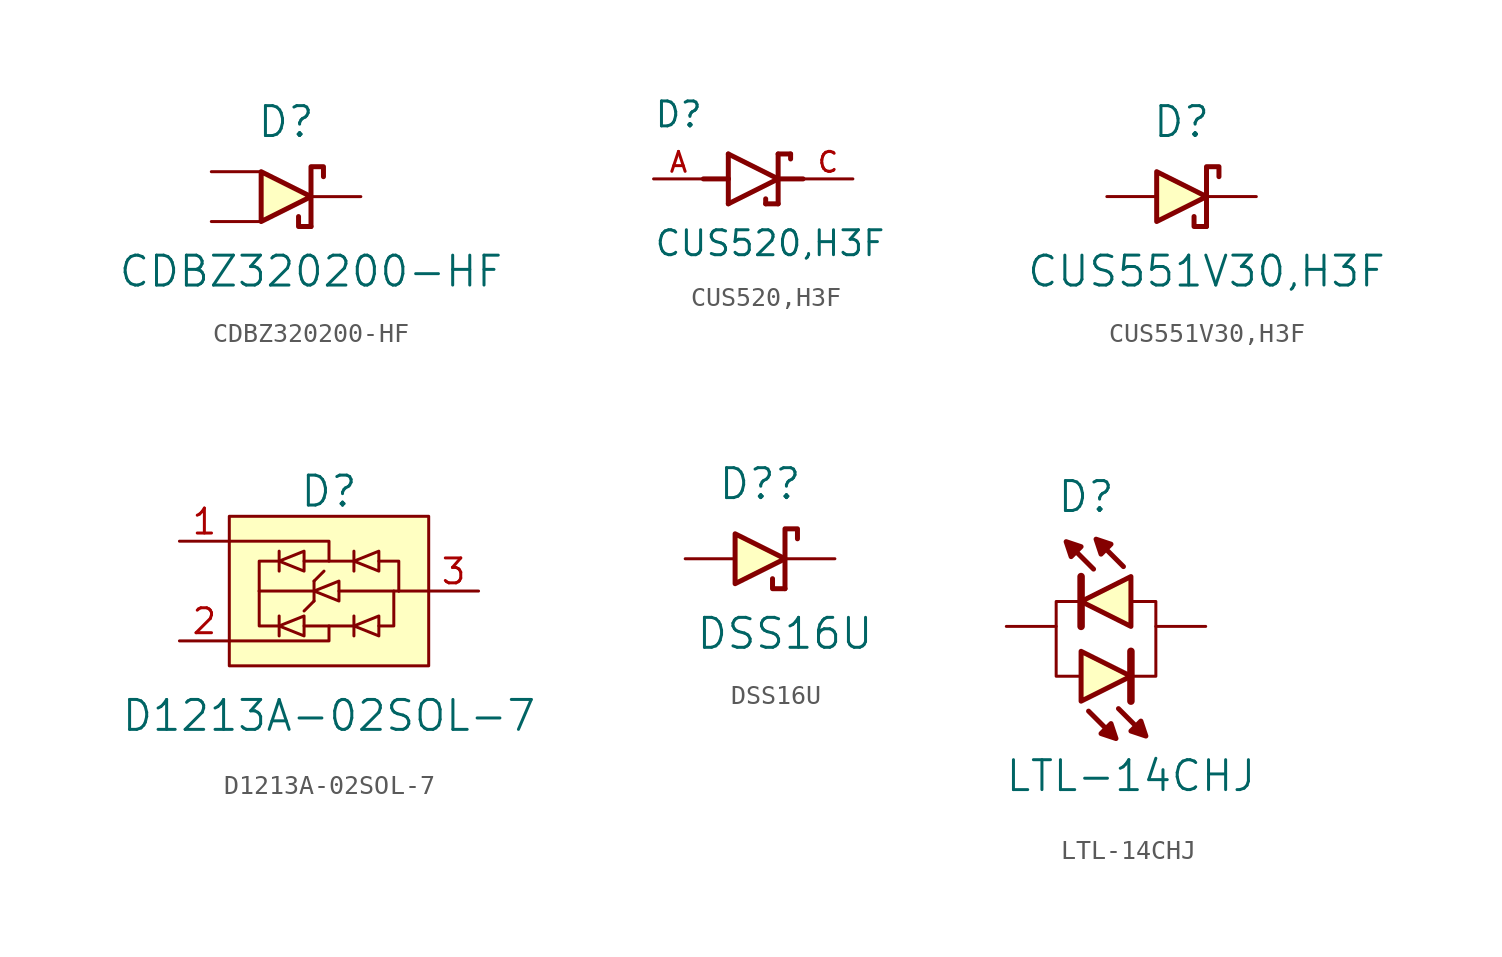
<source format=kicad_sym>
(kicad_symbol_lib
  (version 20241209)
  (generator "kicad_symbol_editor")
  (generator_version "9.0")
  (symbol "CDBZ320200-HF"
    (pin_numbers
      (hide yes))
    (pin_names
      (offset 0)
      (hide yes))
    (property "Reference" "D"
      (at -1.27 3.81 0)
      (effects (font (size 1.524 1.524))))
    (property "Value" "CDBZ320200-HF"
      (at 0 -3.81 0)
      (effects (font (size 1.524 1.524))))
    (symbol "CDBZ320200-HF_0_1"
      (polyline (pts (xy -2.54 1.27) (xy -2.54 -1.27) (xy 0 0) (xy -2.54 1.27)) (stroke (width 0.254) (type default)) (fill (type background)))
      (polyline (pts (xy 0 -1.524) (xy -0.635 -1.524) (xy -0.635 -1.016)) (stroke (width 0.254) (type default)) (fill (type none)))
      (polyline (pts (xy 0 -1.524) (xy 0 1.524) (xy 0.635 1.524) (xy 0.635 1.016)) (stroke (width 0.254) (type default)) (fill (type none))))
    (symbol "CDBZ320200-HF_1_1"
      (pin passive line (at -5.08 1.27 0) (length 2.54) (name "Anode" (effects (font (size 1.27 1.27)))) (number "2" (effects (font (size 1.27 1.27)))))
      (pin passive line (at -5.08 -1.27 0) (length 2.54) (name "Anode2" (effects (font (size 1.27 1.27)))) (number "3" (effects (font (size 1.27 1.27)))))
      (pin passive line (at 2.54 0 180) (length 2.54) (name "Cathode" (effects (font (size 1.27 1.27)))) (number "1" (effects (font (size 1.27 1.27)))))))
  (symbol "CUS520,H3F"
    (pin_names
      (offset 1.016))
    (property "Reference" "D"
      (at -5.08 2.54 0)
      (effects (font (size 1.27 1.27)) (justify left bottom)))
    (property "Value" "CUS520,H3F"
      (at -5.08 -2.54 0)
      (effects (font (size 1.27 1.27)) (justify left top)))
    (symbol "CUS520,H3F_0_0"
      (polyline (pts (xy -2.54 0) (xy -1.27 0)) (stroke (width 0.254) (type default)) (fill (type none)))
      (polyline (pts (xy -1.27 1.27) (xy -1.27 0)) (stroke (width 0.254) (type default)) (fill (type none)))
      (polyline (pts (xy -1.27 0) (xy -1.27 -1.27)) (stroke (width 0.254) (type default)) (fill (type none)))
      (polyline (pts (xy -1.27 -1.27) (xy 1.27 0)) (stroke (width 0.254) (type default)) (fill (type none)))
      (polyline (pts (xy 0.635 -1.016) (xy 0.635 -1.27)) (stroke (width 0.254) (type default)) (fill (type none)))
      (polyline (pts (xy 1.27 1.27) (xy 1.27 0)) (stroke (width 0.254) (type default)) (fill (type none)))
      (polyline (pts (xy 1.27 0) (xy -1.27 1.27)) (stroke (width 0.254) (type default)) (fill (type none)))
      (polyline (pts (xy 1.27 0) (xy 1.27 -1.27)) (stroke (width 0.254) (type default)) (fill (type none)))
      (polyline (pts (xy 1.27 -1.27) (xy 0.635 -1.27)) (stroke (width 0.254) (type default)) (fill (type none)))
      (polyline (pts (xy 1.905 1.27) (xy 1.27 1.27)) (stroke (width 0.254) (type default)) (fill (type none)))
      (polyline (pts (xy 1.905 1.27) (xy 1.905 1.016)) (stroke (width 0.254) (type default)) (fill (type none)))
      (polyline (pts (xy 2.54 0) (xy 1.27 0)) (stroke (width 0.254) (type default)) (fill (type none)))
      (pin passive line (at -5.08 0 0) (length 2.54) (name "~" (effects (font (size 1.016 1.016)))) (number "A" (effects (font (size 1.016 1.016)))))
      (pin passive line (at 5.08 0 180) (length 2.54) (name "~" (effects (font (size 1.016 1.016)))) (number "C" (effects (font (size 1.016 1.016)))))))
  (symbol "CUS551V30,H3F"
    (pin_numbers
      (hide yes))
    (pin_names
      (offset 0)
      (hide yes))
    (property "Reference" "D"
      (at -1.27 3.81 0)
      (effects (font (size 1.524 1.524))))
    (property "Value" "CUS551V30,H3F"
      (at 0 -3.81 0)
      (effects (font (size 1.524 1.524))))
    (symbol "CUS551V30,H3F_0_1"
      (polyline (pts (xy -2.54 1.27) (xy -2.54 -1.27) (xy 0 0) (xy -2.54 1.27)) (stroke (width 0.254) (type default)) (fill (type background)))
      (polyline (pts (xy 0 -1.524) (xy -0.635 -1.524) (xy -0.635 -1.016)) (stroke (width 0.254) (type default)) (fill (type none)))
      (polyline (pts (xy 0 -1.524) (xy 0 1.524) (xy 0.635 1.524) (xy 0.635 1.016)) (stroke (width 0.254) (type default)) (fill (type none))))
    (symbol "CUS551V30,H3F_1_1"
      (pin passive line (at -5.08 0 0) (length 2.54) (name "Anode" (effects (font (size 1.27 1.27)))) (number "2" (effects (font (size 1.27 1.27)))))
      (pin passive line (at 2.54 0 180) (length 2.54) (name "Cathode" (effects (font (size 1.27 1.27)))) (number "1" (effects (font (size 1.27 1.27)))))))
  (symbol "D1213A-02SOL-7"
    (pin_names
      (offset 0)
      (hide yes))
    (property "Reference" "D"
      (at 0 5.08 0)
      (effects (font (size 1.524 1.524))))
    (property "Value" "D1213A-02SOL-7"
      (at 0 -6.35 0)
      (effects (font (size 1.524 1.524))))
    (symbol "D1213A-02SOL-7_0_1"
      (polyline (pts (xy -5.08 2.54) (xy 0 2.54) (xy 0 1.524)) (stroke (width 0) (type default)) (fill (type none)))
      (polyline (pts (xy -5.08 -2.54) (xy 0 -2.54) (xy 0 -1.778)) (stroke (width 0) (type default)) (fill (type none)))
      (rectangle (start -5.08 -3.81) (end 5.08 3.81) (stroke (width 0) (type default)) (fill (type background)))
      (polyline (pts (xy -3.556 0) (xy -0.762 0)) (stroke (width 0) (type default)) (fill (type none)))
      (polyline (pts (xy -3.556 0) (xy -3.556 1.524) (xy -2.54 1.524)) (stroke (width 0) (type default)) (fill (type none)))
      (polyline (pts (xy -3.556 0) (xy -3.556 -1.778) (xy -2.54 -1.778)) (stroke (width 0) (type default)) (fill (type none)))
      (polyline (pts (xy -2.54 1.016) (xy -2.54 2.032)) (stroke (width 0) (type default)) (fill (type none)))
      (polyline (pts (xy -2.54 -2.286) (xy -2.54 -1.27)) (stroke (width 0) (type default)) (fill (type none)))
      (polyline (pts (xy -1.27 1.524) (xy 1.27 1.524)) (stroke (width 0) (type default)) (fill (type none)))
      (polyline (pts (xy -1.27 -1.778) (xy 1.27 -1.778)) (stroke (width 0) (type default)) (fill (type none)))
      (polyline (pts (xy -0.762 0.508) (xy -0.254 1.016)) (stroke (width 0) (type default)) (fill (type none)))
      (polyline (pts (xy -0.762 -0.508) (xy -1.27 -1.016)) (stroke (width 0) (type default)) (fill (type none)))
      (polyline (pts (xy -0.762 -0.508) (xy -0.762 0.508)) (stroke (width 0) (type default)) (fill (type none)))
      (polyline (pts (xy 0.508 0) (xy 3.556 0)) (stroke (width 0) (type default)) (fill (type none)))
      (polyline (pts (xy 1.27 1.016) (xy 1.27 2.032)) (stroke (width 0) (type default)) (fill (type none)))
      (polyline (pts (xy 1.27 -2.286) (xy 1.27 -1.27)) (stroke (width 0) (type default)) (fill (type none)))
      (polyline (pts (xy 2.54 1.524) (xy 3.556 1.524) (xy 3.556 0)) (stroke (width 0) (type default)) (fill (type none)))
      (polyline (pts (xy 2.54 -1.778) (xy 3.302 -1.778) (xy 3.302 0)) (stroke (width 0) (type default)) (fill (type none)))
      (polyline (pts (xy 3.556 0) (xy 5.08 0)) (stroke (width 0) (type default)) (fill (type none))))
    (symbol "D1213A-02SOL-7_1_1"
      (polyline (pts (xy -1.27 2.032) (xy -1.27 1.016) (xy -2.54 1.524) (xy -1.27 2.032)) (stroke (width 0) (type default)) (fill (type none)))
      (polyline (pts (xy -1.27 -1.27) (xy -1.27 -2.286) (xy -2.54 -1.778) (xy -1.27 -1.27)) (stroke (width 0) (type default)) (fill (type none)))
      (polyline (pts (xy 0.508 0.508) (xy 0.508 -0.508) (xy -0.762 0) (xy 0.508 0.508)) (stroke (width 0) (type default)) (fill (type none)))
      (polyline (pts (xy 2.54 2.032) (xy 2.54 1.016) (xy 1.27 1.524) (xy 2.54 2.032)) (stroke (width 0) (type default)) (fill (type none)))
      (polyline (pts (xy 2.54 -1.27) (xy 2.54 -2.286) (xy 1.27 -1.778) (xy 2.54 -1.27)) (stroke (width 0) (type default)) (fill (type none)))
      (pin input line (at -7.62 2.54 0) (length 2.54) (name "CH1" (effects (font (size 1.27 1.27)))) (number "1" (effects (font (size 1.27 1.27)))))
      (pin input line (at -7.62 -2.54 0) (length 2.54) (name "CH2" (effects (font (size 1.27 1.27)))) (number "2" (effects (font (size 1.27 1.27)))))
      (pin input line (at 7.62 0 180) (length 2.54) (name "GND" (effects (font (size 1.27 1.27)))) (number "3" (effects (font (size 1.27 1.27)))))))
  (symbol "DSS16U"
    (pin_numbers
      (hide yes))
    (pin_names
      (offset 0)
      (hide yes))
    (property "Reference" "D?"
      (at -1.27 3.81 0)
      (effects (font (size 1.524 1.524))))
    (property "Value" "DSS16U"
      (at 0 -3.81 0)
      (effects (font (size 1.524 1.524))))
    (symbol "DSS16U_0_1"
      (polyline (pts (xy -2.54 1.27) (xy -2.54 -1.27) (xy 0 0) (xy -2.54 1.27)) (stroke (width 0.254) (type default)) (fill (type background)))
      (polyline (pts (xy 0 -1.524) (xy -0.635 -1.524) (xy -0.635 -1.016)) (stroke (width 0.254) (type default)) (fill (type none)))
      (polyline (pts (xy 0 -1.524) (xy 0 1.524) (xy 0.635 1.524) (xy 0.635 1.016)) (stroke (width 0.254) (type default)) (fill (type none))))
    (symbol "DSS16U_1_1"
      (pin passive line (at -5.08 0 0) (length 2.54) (name "Anode" (effects (font (size 1.27 1.27)))) (number "2" (effects (font (size 1.27 1.27)))))
      (pin passive line (at 2.54 0 180) (length 2.54) (name "Cathode" (effects (font (size 1.27 1.27)))) (number "1" (effects (font (size 1.27 1.27)))))))
  (symbol "LTL-14CHJ"
    (pin_numbers
      (hide yes))
    (pin_names
      (offset 0)
      (hide yes))
    (property "Reference" "D"
      (at -1.016 6.604 0)
      (effects (font (size 1.524 1.524))))
    (property "Value" "LTL-14CHJ"
      (at 1.27 -7.62 0)
      (effects (font (size 1.524 1.524))))
    (symbol "LTL-14CHJ_0_1"
      (polyline (pts (xy -1.27 2.54) (xy -1.27 0)) (stroke (width 0.381) (type default)) (fill (type none)))
      (polyline (pts (xy -1.27 1.27) (xy -2.54 1.27) (xy -2.54 -2.54) (xy -1.27 -2.54)) (stroke (width 0) (type default)) (fill (type none)))
      (polyline (pts (xy -1.27 -1.27) (xy -1.27 -3.81) (xy 1.27 -2.54) (xy -1.27 -1.27)) (stroke (width 0.254) (type default)) (fill (type background)))
      (polyline (pts (xy -0.889 -4.318) (xy 0.508 -5.715) (xy 0.254 -4.953) (xy -0.254 -5.461) (xy 0.508 -5.715)) (stroke (width 0.254) (type default)) (fill (type outline)))
      (polyline (pts (xy -0.635 2.921) (xy -2.032 4.318) (xy -1.27 4.064) (xy -1.778 3.556) (xy -2.032 4.318)) (stroke (width 0.254) (type default)) (fill (type outline)))
      (polyline (pts (xy 0.635 -4.191) (xy 2.032 -5.588) (xy 1.27 -5.334) (xy 1.778 -4.826) (xy 2.032 -5.588)) (stroke (width 0.254) (type default)) (fill (type outline)))
      (polyline (pts (xy 0.889 3.048) (xy -0.508 4.445) (xy -0.254 3.683) (xy 0.254 4.191) (xy -0.508 4.445)) (stroke (width 0.254) (type default)) (fill (type outline)))
      (polyline (pts (xy 1.27 1.27) (xy 2.54 1.27) (xy 2.54 -2.54) (xy 1.27 -2.54)) (stroke (width 0) (type default)) (fill (type none)))
      (polyline (pts (xy 1.27 0) (xy 1.27 2.54) (xy -1.27 1.27) (xy 1.27 0)) (stroke (width 0.254) (type default)) (fill (type background)))
      (polyline (pts (xy 1.27 -3.81) (xy 1.27 -1.27)) (stroke (width 0.381) (type default)) (fill (type none))))
    (symbol "LTL-14CHJ_1_1"
      (pin passive line (at -5.08 0 0) (length 2.54) (name "Anode" (effects (font (size 1.27 1.27)))) (number "2" (effects (font (size 1.27 1.27)))))
      (pin passive line (at 5.08 0 180) (length 2.54) (name "Cathode" (effects (font (size 1.27 1.27)))) (number "1" (effects (font (size 1.27 1.27))))))))
</source>
